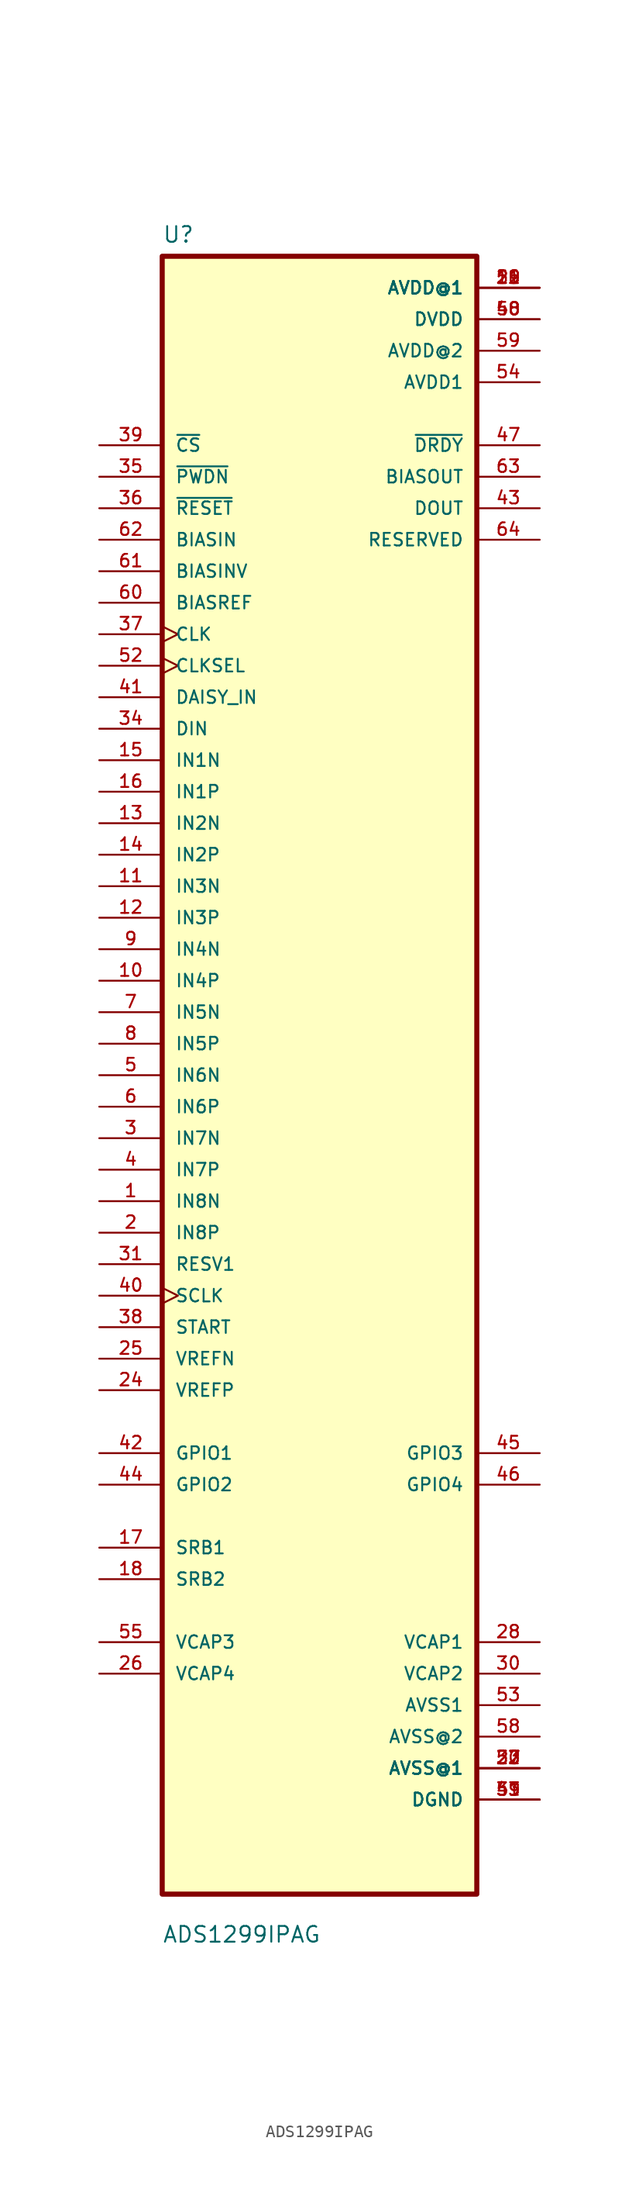
<source format=kicad_sym>
(kicad_symbol_lib
  (version 20211014)
  (generator kicad_symbol_editor)
  (symbol "ADS1299IPAG"
    (pin_names
      (offset 1.016))
    (property "Reference" "U"
      (at -12.7 67.04 0.0)
      (effects (font (size 1.27 1.27)) (justify bottom left)))
    (property "Value" "ADS1299IPAG"
      (at -12.7 -70.04 0.0)
      (effects (font (size 1.27 1.27)) (justify bottom left)))
    (symbol "ADS1299IPAG_0_0"
      (rectangle (start -12.7 -66.04) (end 12.7 66.04) (stroke (width 0.41)) (fill (type background)))
      (pin input line (at -17.78 50.8 0) (length 5.08) (name "~{CS}" (effects (font (size 1.016 1.016)))) (number "39" (effects (font (size 1.016 1.016)))))
      (pin input line (at -17.78 48.26 0) (length 5.08) (name "~{PWDN}" (effects (font (size 1.016 1.016)))) (number "35" (effects (font (size 1.016 1.016)))))
      (pin input line (at -17.78 45.72 0) (length 5.08) (name "~{RESET}" (effects (font (size 1.016 1.016)))) (number "36" (effects (font (size 1.016 1.016)))))
      (pin input line (at -17.78 43.18 0) (length 5.08) (name "BIASIN" (effects (font (size 1.016 1.016)))) (number "62" (effects (font (size 1.016 1.016)))))
      (pin input line (at -17.78 40.64 0) (length 5.08) (name "BIASINV" (effects (font (size 1.016 1.016)))) (number "61" (effects (font (size 1.016 1.016)))))
      (pin input line (at -17.78 38.1 0) (length 5.08) (name "BIASREF" (effects (font (size 1.016 1.016)))) (number "60" (effects (font (size 1.016 1.016)))))
      (pin input clock (at -17.78 35.56 0) (length 5.08) (name "CLK" (effects (font (size 1.016 1.016)))) (number "37" (effects (font (size 1.016 1.016)))))
      (pin input clock (at -17.78 33.02 0) (length 5.08) (name "CLKSEL" (effects (font (size 1.016 1.016)))) (number "52" (effects (font (size 1.016 1.016)))))
      (pin input line (at -17.78 30.48 0) (length 5.08) (name "DAISY_IN" (effects (font (size 1.016 1.016)))) (number "41" (effects (font (size 1.016 1.016)))))
      (pin input line (at -17.78 27.94 0) (length 5.08) (name "DIN" (effects (font (size 1.016 1.016)))) (number "34" (effects (font (size 1.016 1.016)))))
      (pin input line (at -17.78 25.4 0) (length 5.08) (name "IN1N" (effects (font (size 1.016 1.016)))) (number "15" (effects (font (size 1.016 1.016)))))
      (pin input line (at -17.78 22.86 0) (length 5.08) (name "IN1P" (effects (font (size 1.016 1.016)))) (number "16" (effects (font (size 1.016 1.016)))))
      (pin input line (at -17.78 20.32 0) (length 5.08) (name "IN2N" (effects (font (size 1.016 1.016)))) (number "13" (effects (font (size 1.016 1.016)))))
      (pin input line (at -17.78 17.78 0) (length 5.08) (name "IN2P" (effects (font (size 1.016 1.016)))) (number "14" (effects (font (size 1.016 1.016)))))
      (pin input line (at -17.78 15.24 0) (length 5.08) (name "IN3N" (effects (font (size 1.016 1.016)))) (number "11" (effects (font (size 1.016 1.016)))))
      (pin input line (at -17.78 12.7 0) (length 5.08) (name "IN3P" (effects (font (size 1.016 1.016)))) (number "12" (effects (font (size 1.016 1.016)))))
      (pin input line (at -17.78 10.16 0) (length 5.08) (name "IN4N" (effects (font (size 1.016 1.016)))) (number "9" (effects (font (size 1.016 1.016)))))
      (pin input line (at -17.78 7.62 0) (length 5.08) (name "IN4P" (effects (font (size 1.016 1.016)))) (number "10" (effects (font (size 1.016 1.016)))))
      (pin input line (at -17.78 5.08 0) (length 5.08) (name "IN5N" (effects (font (size 1.016 1.016)))) (number "7" (effects (font (size 1.016 1.016)))))
      (pin input line (at -17.78 2.54 0) (length 5.08) (name "IN5P" (effects (font (size 1.016 1.016)))) (number "8" (effects (font (size 1.016 1.016)))))
      (pin input line (at -17.78 2.4869e-14 0) (length 5.08) (name "IN6N" (effects (font (size 1.016 1.016)))) (number "5" (effects (font (size 1.016 1.016)))))
      (pin input line (at -17.78 -2.54 0) (length 5.08) (name "IN6P" (effects (font (size 1.016 1.016)))) (number "6" (effects (font (size 1.016 1.016)))))
      (pin input line (at -17.78 -5.08 0) (length 5.08) (name "IN7N" (effects (font (size 1.016 1.016)))) (number "3" (effects (font (size 1.016 1.016)))))
      (pin input line (at -17.78 -7.62 0) (length 5.08) (name "IN7P" (effects (font (size 1.016 1.016)))) (number "4" (effects (font (size 1.016 1.016)))))
      (pin input line (at -17.78 -10.16 0) (length 5.08) (name "IN8N" (effects (font (size 1.016 1.016)))) (number "1" (effects (font (size 1.016 1.016)))))
      (pin input line (at -17.78 -12.7 0) (length 5.08) (name "IN8P" (effects (font (size 1.016 1.016)))) (number "2" (effects (font (size 1.016 1.016)))))
      (pin input line (at -17.78 -15.24 0) (length 5.08) (name "RESV1" (effects (font (size 1.016 1.016)))) (number "31" (effects (font (size 1.016 1.016)))))
      (pin input clock (at -17.78 -17.78 0) (length 5.08) (name "SCLK" (effects (font (size 1.016 1.016)))) (number "40" (effects (font (size 1.016 1.016)))))
      (pin input line (at -17.78 -20.32 0) (length 5.08) (name "START" (effects (font (size 1.016 1.016)))) (number "38" (effects (font (size 1.016 1.016)))))
      (pin input line (at -17.78 -22.86 0) (length 5.08) (name "VREFN" (effects (font (size 1.016 1.016)))) (number "25" (effects (font (size 1.016 1.016)))))
      (pin input line (at -17.78 -25.4 0) (length 5.08) (name "VREFP" (effects (font (size 1.016 1.016)))) (number "24" (effects (font (size 1.016 1.016)))))
      (pin bidirectional line (at -17.78 -30.48 0) (length 5.08) (name "GPIO1" (effects (font (size 1.016 1.016)))) (number "42" (effects (font (size 1.016 1.016)))))
      (pin bidirectional line (at -17.78 -33.02 0) (length 5.08) (name "GPIO2" (effects (font (size 1.016 1.016)))) (number "44" (effects (font (size 1.016 1.016)))))
      (pin bidirectional line (at -17.78 -38.1 0) (length 5.08) (name "SRB1" (effects (font (size 1.016 1.016)))) (number "17" (effects (font (size 1.016 1.016)))))
      (pin bidirectional line (at -17.78 -40.64 0) (length 5.08) (name "SRB2" (effects (font (size 1.016 1.016)))) (number "18" (effects (font (size 1.016 1.016)))))
      (pin bidirectional line (at -17.78 -45.72 0) (length 5.08) (name "VCAP3" (effects (font (size 1.016 1.016)))) (number "55" (effects (font (size 1.016 1.016)))))
      (pin bidirectional line (at -17.78 -48.26 0) (length 5.08) (name "VCAP4" (effects (font (size 1.016 1.016)))) (number "26" (effects (font (size 1.016 1.016)))))
      (pin power_in line (at 17.78 63.5 180.0) (length 5.08) (name "AVDD@1" (effects (font (size 1.016 1.016)))) (number "19" (effects (font (size 1.016 1.016)))))
      (pin power_in line (at 17.78 63.5 180.0) (length 5.08) (name "AVDD@1" (effects (font (size 1.016 1.016)))) (number "21" (effects (font (size 1.016 1.016)))))
      (pin power_in line (at 17.78 63.5 180.0) (length 5.08) (name "AVDD@1" (effects (font (size 1.016 1.016)))) (number "22" (effects (font (size 1.016 1.016)))))
      (pin power_in line (at 17.78 63.5 180.0) (length 5.08) (name "AVDD@1" (effects (font (size 1.016 1.016)))) (number "56" (effects (font (size 1.016 1.016)))))
      (pin power_in line (at 17.78 60.96 180.0) (length 5.08) (name "DVDD" (effects (font (size 1.016 1.016)))) (number "48" (effects (font (size 1.016 1.016)))))
      (pin power_in line (at 17.78 60.96 180.0) (length 5.08) (name "DVDD" (effects (font (size 1.016 1.016)))) (number "50" (effects (font (size 1.016 1.016)))))
      (pin power_in line (at 17.78 58.42 180.0) (length 5.08) (name "AVDD@2" (effects (font (size 1.016 1.016)))) (number "59" (effects (font (size 1.016 1.016)))))
      (pin power_in line (at 17.78 55.88 180.0) (length 5.08) (name "AVDD1" (effects (font (size 1.016 1.016)))) (number "54" (effects (font (size 1.016 1.016)))))
      (pin output line (at 17.78 50.8 180.0) (length 5.08) (name "~{DRDY}" (effects (font (size 1.016 1.016)))) (number "47" (effects (font (size 1.016 1.016)))))
      (pin output line (at 17.78 48.26 180.0) (length 5.08) (name "BIASOUT" (effects (font (size 1.016 1.016)))) (number "63" (effects (font (size 1.016 1.016)))))
      (pin output line (at 17.78 45.72 180.0) (length 5.08) (name "DOUT" (effects (font (size 1.016 1.016)))) (number "43" (effects (font (size 1.016 1.016)))))
      (pin output line (at 17.78 43.18 180.0) (length 5.08) (name "RESERVED" (effects (font (size 1.016 1.016)))) (number "64" (effects (font (size 1.016 1.016)))))
      (pin output line (at 17.78 -45.72 180.0) (length 5.08) (name "VCAP1" (effects (font (size 1.016 1.016)))) (number "28" (effects (font (size 1.016 1.016)))))
      (pin output line (at 17.78 -48.26 180.0) (length 5.08) (name "VCAP2" (effects (font (size 1.016 1.016)))) (number "30" (effects (font (size 1.016 1.016)))))
      (pin bidirectional line (at 17.78 -30.48 180.0) (length 5.08) (name "GPIO3" (effects (font (size 1.016 1.016)))) (number "45" (effects (font (size 1.016 1.016)))))
      (pin bidirectional line (at 17.78 -33.02 180.0) (length 5.08) (name "GPIO4" (effects (font (size 1.016 1.016)))) (number "46" (effects (font (size 1.016 1.016)))))
      (pin power_in line (at 17.78 -50.8 180.0) (length 5.08) (name "AVSS1" (effects (font (size 1.016 1.016)))) (number "53" (effects (font (size 1.016 1.016)))))
      (pin power_in line (at 17.78 -53.34 180.0) (length 5.08) (name "AVSS@2" (effects (font (size 1.016 1.016)))) (number "58" (effects (font (size 1.016 1.016)))))
      (pin power_in line (at 17.78 -55.88 180.0) (length 5.08) (name "AVSS@1" (effects (font (size 1.016 1.016)))) (number "20" (effects (font (size 1.016 1.016)))))
      (pin power_in line (at 17.78 -55.88 180.0) (length 5.08) (name "AVSS@1" (effects (font (size 1.016 1.016)))) (number "23" (effects (font (size 1.016 1.016)))))
      (pin power_in line (at 17.78 -55.88 180.0) (length 5.08) (name "AVSS@1" (effects (font (size 1.016 1.016)))) (number "32" (effects (font (size 1.016 1.016)))))
      (pin power_in line (at 17.78 -55.88 180.0) (length 5.08) (name "AVSS@1" (effects (font (size 1.016 1.016)))) (number "57" (effects (font (size 1.016 1.016)))))
      (pin power_in line (at 17.78 -58.42 180.0) (length 5.08) (name "DGND" (effects (font (size 1.016 1.016)))) (number "33" (effects (font (size 1.016 1.016)))))
      (pin power_in line (at 17.78 -58.42 180.0) (length 5.08) (name "DGND" (effects (font (size 1.016 1.016)))) (number "49" (effects (font (size 1.016 1.016)))))
      (pin power_in line (at 17.78 -58.42 180.0) (length 5.08) (name "DGND" (effects (font (size 1.016 1.016)))) (number "51" (effects (font (size 1.016 1.016))))))))
</source>
